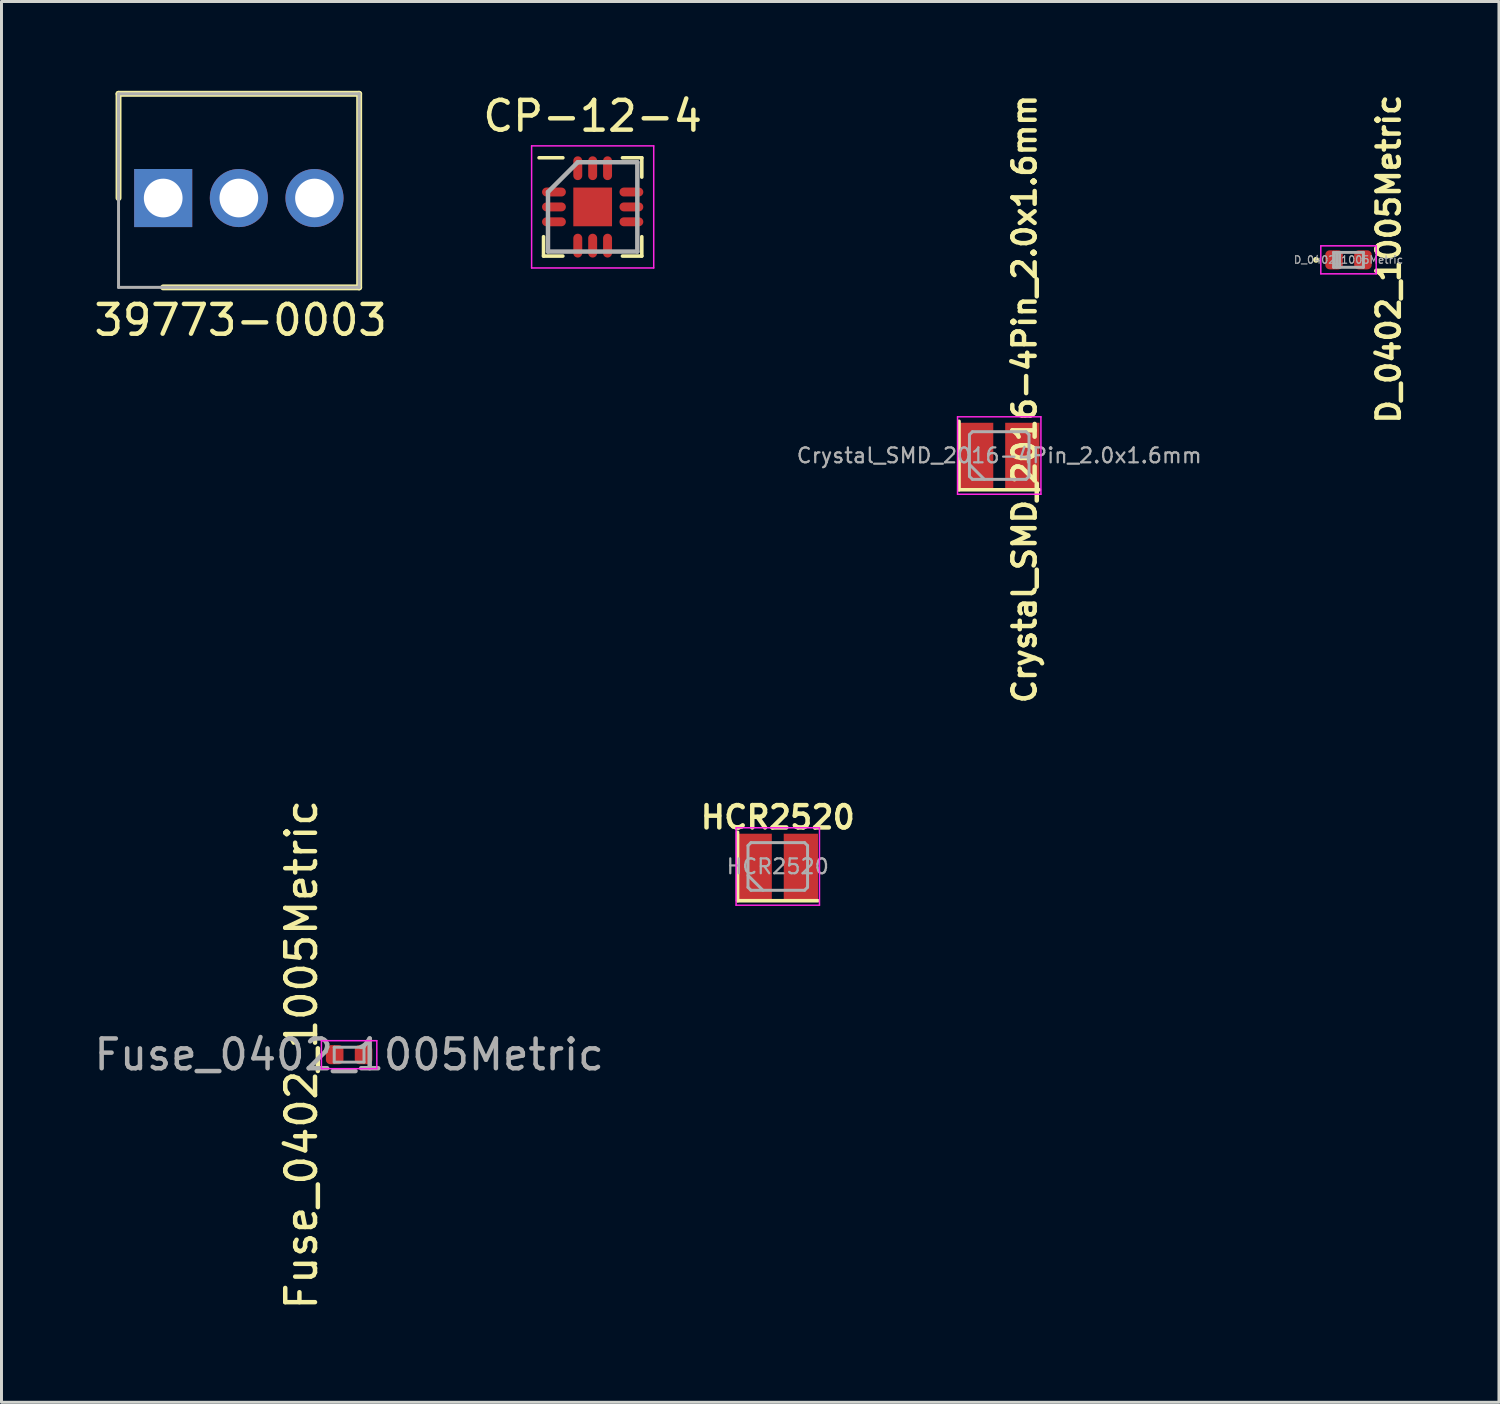
<source format=kicad_pcb>
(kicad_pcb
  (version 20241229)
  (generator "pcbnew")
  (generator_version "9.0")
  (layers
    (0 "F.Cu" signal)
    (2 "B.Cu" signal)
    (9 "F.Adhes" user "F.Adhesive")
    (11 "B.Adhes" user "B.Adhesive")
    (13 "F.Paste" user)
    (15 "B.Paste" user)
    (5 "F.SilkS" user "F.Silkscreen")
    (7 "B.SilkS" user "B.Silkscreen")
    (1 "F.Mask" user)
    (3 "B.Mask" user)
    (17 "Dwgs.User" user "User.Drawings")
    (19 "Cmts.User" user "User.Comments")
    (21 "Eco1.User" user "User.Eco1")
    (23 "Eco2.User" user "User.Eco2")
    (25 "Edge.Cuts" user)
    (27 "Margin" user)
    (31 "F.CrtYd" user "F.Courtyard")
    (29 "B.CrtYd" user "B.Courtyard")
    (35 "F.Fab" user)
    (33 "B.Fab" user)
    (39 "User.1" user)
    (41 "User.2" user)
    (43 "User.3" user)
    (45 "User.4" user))
  (footprint "39773-0003"
    (layer "F.Cu")
    (at 2.43 3.6)
    (property "Reference" "39773-0003" (at 2.6 4.1 0) (layer "F.SilkS") (effects (font (size 1 1) (thickness 0.15))))
    (attr through_hole)
    (fp_line (start -1.5 -3.5) (end -1.5 0) (stroke (width 0.2) (type solid)) (layer "F.SilkS"))
    (fp_line (start -1.5 -3.5) (end 6.58 -3.5) (stroke (width 0.2) (type solid)) (layer "F.SilkS"))
    (fp_line (start 0 3) (end 6.58 3) (stroke (width 0.2) (type solid)) (layer "F.SilkS"))
    (fp_line (start 6.58 -3.5) (end 6.58 3) (stroke (width 0.2) (type solid)) (layer "F.SilkS"))
    (fp_line (start -1.5 -3.5) (end -1.5 3) (stroke (width 0.1) (type solid)) (layer "F.Fab"))
    (fp_line (start -1.5 -3.5) (end 6.58 -3.5) (stroke (width 0.1) (type solid)) (layer "F.Fab"))
    (fp_line (start -1.5 3) (end 6.58 3) (stroke (width 0.1) (type solid)) (layer "F.Fab"))
    (fp_line (start 6.58 -3.5) (end 6.58 3) (stroke (width 0.1) (type solid)) (layer "F.Fab"))
    (pad "1" thru_hole rect (at 0 0) (size 1.95 1.95) (drill 1.3) (layers "*.Cu" "*.Mask"))
    (pad "2" thru_hole circle (at 2.54 0) (size 1.95 1.95) (drill 1.3) (layers "*.Cu" "*.Mask"))
    (pad "3" thru_hole circle (at 5.08 0) (size 1.95 1.95) (drill 1.3) (layers "*.Cu" "*.Mask")))
  (footprint "Fuse_0402_1005Metric"
    (layer "F.Cu")
    (at 8.673 32.365)
    (property "Reference" "Fuse_0402_1005Metric" (at -1.6 0 270) (layer "F.SilkS") (effects (font (size 1 1) (thickness 0.15))))
    (attr smd)
    (fp_line (start -0.93 -0.47) (end 0.93 -0.47) (stroke (width 0.05) (type solid)) (layer "F.CrtYd"))
    (fp_line (start -0.93 0.47) (end -0.93 -0.47) (stroke (width 0.05) (type solid)) (layer "F.CrtYd"))
    (fp_line (start 0.93 -0.47) (end 0.93 0.47) (stroke (width 0.05) (type solid)) (layer "F.CrtYd"))
    (fp_line (start 0.93 0.47) (end -0.93 0.47) (stroke (width 0.05) (type solid)) (layer "F.CrtYd"))
    (fp_line (start -0.5 -0.25) (end 0.5 -0.25) (stroke (width 0.1) (type solid)) (layer "F.Fab"))
    (fp_line (start -0.5 0.25) (end -0.5 -0.25) (stroke (width 0.1) (type solid)) (layer "F.Fab"))
    (fp_line (start 0.5 -0.25) (end 0.5 0.25) (stroke (width 0.1) (type solid)) (layer "F.Fab"))
    (fp_line (start 0.5 0.25) (end -0.5 0.25) (stroke (width 0.1) (type solid)) (layer "F.Fab"))
    (fp_text user "${REFERENCE}" (at 0 0 180) (layer "F.Fab") (effects (font (size 1 1) (thickness 0.15))))
    (pad "1" smd roundrect (at -0.485 0) (size 0.59 0.64) (layers "F.Cu" "F.Mask" "F.Paste") (roundrect_rratio 0.25))
    (pad "2" smd roundrect (at 0.485 0) (size 0.59 0.64) (layers "F.Cu" "F.Mask" "F.Paste") (roundrect_rratio 0.25)))
  (footprint "D_0402_1005Metric"
    (layer "F.Cu")
    (at 42.231 5.675)
    (property "Reference" "D_0402_1005Metric" (at 1.35 -0.025 90) (layer "F.SilkS") (effects (font (size 0.75 0.75) (thickness 0.15))))
    (attr smd)
    (fp_circle (center -1.09 0) (end -1.04 0) (stroke (width 0.1) (type solid)) (fill no) (layer "F.SilkS"))
    (fp_line (start -0.93 -0.47) (end 0.93 -0.47) (stroke (width 0.05) (type solid)) (layer "F.CrtYd"))
    (fp_line (start -0.93 0.47) (end -0.93 -0.47) (stroke (width 0.05) (type solid)) (layer "F.CrtYd"))
    (fp_line (start 0.93 -0.47) (end 0.93 0.47) (stroke (width 0.05) (type solid)) (layer "F.CrtYd"))
    (fp_line (start 0.93 0.47) (end -0.93 0.47) (stroke (width 0.05) (type solid)) (layer "F.CrtYd"))
    (fp_line (start -0.5 -0.25) (end 0.5 -0.25) (stroke (width 0.1) (type solid)) (layer "F.Fab"))
    (fp_line (start -0.5 0.25) (end -0.5 -0.25) (stroke (width 0.1) (type solid)) (layer "F.Fab"))
    (fp_line (start -0.4 0.25) (end -0.4 -0.25) (stroke (width 0.1) (type solid)) (layer "F.Fab"))
    (fp_line (start -0.3 0.25) (end -0.3 -0.25) (stroke (width 0.1) (type solid)) (layer "F.Fab"))
    (fp_line (start 0.5 -0.25) (end 0.5 0.25) (stroke (width 0.1) (type solid)) (layer "F.Fab"))
    (fp_line (start 0.5 0.25) (end -0.5 0.25) (stroke (width 0.1) (type solid)) (layer "F.Fab"))
    (fp_text user "${REFERENCE}" (at 0 0 180) (layer "F.Fab") (effects (font (size 0.25 0.25) (thickness 0.04))))
    (pad "1" smd roundrect (at -0.485 0) (size 0.59 0.64) (layers "F.Cu" "F.Mask" "F.Paste") (roundrect_rratio 0.25))
    (pad "2" smd roundrect (at 0.485 0) (size 0.59 0.64) (layers "F.Cu" "F.Mask" "F.Paste") (roundrect_rratio 0.25)))
  (footprint "Crystal_SMD_2016-4Pin_2.0x1.6mm"
    (layer "F.Cu")
    (at 30.503 12.246)
    (property "Reference" "Crystal_SMD_2016-4Pin_2.0x1.6mm" (at 0.85 -1.9 90) (layer "F.SilkS") (effects (font (size 0.75 0.75) (thickness 0.15))))
    (attr smd)
    (fp_line (start -1.35 -1.15) (end -1.35 1.15) (stroke (width 0.12) (type solid)) (layer "F.SilkS"))
    (fp_line (start -1.35 1.15) (end 1.35 1.15) (stroke (width 0.12) (type solid)) (layer "F.SilkS"))
    (fp_line (start -1.4 -1.3) (end -1.4 1.3) (stroke (width 0.05) (type solid)) (layer "F.CrtYd"))
    (fp_line (start -1.4 1.3) (end 1.4 1.3) (stroke (width 0.05) (type solid)) (layer "F.CrtYd"))
    (fp_line (start 1.4 -1.3) (end -1.4 -1.3) (stroke (width 0.05) (type solid)) (layer "F.CrtYd"))
    (fp_line (start 1.4 1.3) (end 1.4 -1.3) (stroke (width 0.05) (type solid)) (layer "F.CrtYd"))
    (fp_line (start -1 -0.7) (end -0.9 -0.8) (stroke (width 0.1) (type solid)) (layer "F.Fab"))
    (fp_line (start -1 0.3) (end -0.5 0.8) (stroke (width 0.1) (type solid)) (layer "F.Fab"))
    (fp_line (start -1 0.7) (end -1 -0.7) (stroke (width 0.1) (type solid)) (layer "F.Fab"))
    (fp_line (start -0.9 -0.8) (end 0.9 -0.8) (stroke (width 0.1) (type solid)) (layer "F.Fab"))
    (fp_line (start -0.9 0.8) (end -1 0.7) (stroke (width 0.1) (type solid)) (layer "F.Fab"))
    (fp_line (start 0.9 -0.8) (end 1 -0.7) (stroke (width 0.1) (type solid)) (layer "F.Fab"))
    (fp_line (start 0.9 0.8) (end -0.9 0.8) (stroke (width 0.1) (type solid)) (layer "F.Fab"))
    (fp_line (start 1 -0.7) (end 1 0.7) (stroke (width 0.1) (type solid)) (layer "F.Fab"))
    (fp_line (start 1 0.7) (end 0.9 0.8) (stroke (width 0.1) (type solid)) (layer "F.Fab"))
    (fp_text user "${REFERENCE}" (at 0 0 0) (layer "F.Fab") (effects (font (size 0.5 0.5) (thickness 0.075))))
    (pad "1" smd rect (at -0.775 0) (size 1.15 2.2) (layers "F.Cu" "F.Mask" "F.Paste"))
    (pad "2" smd rect (at 0.775 0) (size 1.15 2.2) (layers "F.Cu" "F.Mask" "F.Paste")))
  (footprint "CP-12-4"
    (layer "F.Cu")
    (at 16.851 3.898)
    (property "Reference" "CP-12-4" (at 0 -3.05 0) (layer "F.SilkS") (effects (font (size 1 1) (thickness 0.15))))
    (attr smd)
    (fp_line (start -1.65 1.65) (end -1.65 1) (stroke (width 0.12) (type solid)) (layer "F.SilkS"))
    (fp_line (start -1 -1.65) (end -1.8 -1.65) (stroke (width 0.12) (type solid)) (layer "F.SilkS"))
    (fp_line (start -1 1.65) (end -1.65 1.65) (stroke (width 0.12) (type solid)) (layer "F.SilkS"))
    (fp_line (start 1 -1.65) (end 1.65 -1.65) (stroke (width 0.12) (type solid)) (layer "F.SilkS"))
    (fp_line (start 1 1.65) (end 1.65 1.65) (stroke (width 0.12) (type solid)) (layer "F.SilkS"))
    (fp_line (start 1.65 -1.65) (end 1.65 -1) (stroke (width 0.12) (type solid)) (layer "F.SilkS"))
    (fp_line (start 1.65 1.65) (end 1.65 1) (stroke (width 0.12) (type solid)) (layer "F.SilkS"))
    (fp_line (start -2.05 -2.05) (end 2.05 -2.05) (stroke (width 0.05) (type solid)) (layer "F.CrtYd"))
    (fp_line (start -2.05 2.05) (end -2.05 -2.05) (stroke (width 0.05) (type solid)) (layer "F.CrtYd"))
    (fp_line (start 2.05 -2.05) (end 2.05 2.05) (stroke (width 0.05) (type solid)) (layer "F.CrtYd"))
    (fp_line (start 2.05 2.05) (end -2.05 2.05) (stroke (width 0.05) (type solid)) (layer "F.CrtYd"))
    (fp_line (start -1.5 -0.5) (end -1.5 1.5) (stroke (width 0.15) (type solid)) (layer "F.Fab"))
    (fp_line (start -1.5 1.5) (end 1.5 1.5) (stroke (width 0.15) (type solid)) (layer "F.Fab"))
    (fp_line (start -0.5 -1.5) (end -1.5 -0.5) (stroke (width 0.15) (type solid)) (layer "F.Fab"))
    (fp_line (start 1.5 -1.5) (end -0.5 -1.5) (stroke (width 0.15) (type solid)) (layer "F.Fab"))
    (fp_line (start 1.5 1.5) (end 1.5 -1.5) (stroke (width 0.15) (type solid)) (layer "F.Fab"))
    (pad "1" smd oval (at -1.3 -0.5 90) (size 0.3 0.8) (layers "F.Cu" "F.Mask" "F.Paste"))
    (pad "2" smd oval (at -1.3 0 90) (size 0.3 0.8) (layers "F.Cu" "F.Mask" "F.Paste"))
    (pad "3" smd oval (at -1.3 0.5 90) (size 0.3 0.8) (layers "F.Cu" "F.Mask" "F.Paste"))
    (pad "4" smd oval (at -0.5 1.3 180) (size 0.3 0.8) (layers "F.Cu" "F.Mask" "F.Paste"))
    (pad "5" smd oval (at 0 1.3) (size 0.3 0.8) (layers "F.Cu" "F.Mask" "F.Paste"))
    (pad "6" smd oval (at 0.5 1.3) (size 0.3 0.8) (layers "F.Cu" "F.Mask" "F.Paste"))
    (pad "7" smd oval (at 1.3 0.5 90) (size 0.3 0.8) (layers "F.Cu" "F.Mask" "F.Paste"))
    (pad "8" smd oval (at 1.3 0 90) (size 0.3 0.8) (layers "F.Cu" "F.Mask" "F.Paste"))
    (pad "9" smd oval (at 1.3 -0.5 90) (size 0.3 0.8) (layers "F.Cu" "F.Mask" "F.Paste"))
    (pad "10" smd oval (at 0.5 -1.3) (size 0.3 0.8) (layers "F.Cu" "F.Mask" "F.Paste"))
    (pad "11" smd oval (at 0 -1.3) (size 0.3 0.8) (layers "F.Cu" "F.Mask" "F.Paste"))
    (pad "12" smd oval (at -0.5 -1.3) (size 0.3 0.8) (layers "F.Cu" "F.Mask" "F.Paste"))
    (pad "13" smd rect (at 0 0) (size 1.3 1.3) (layers "F.Cu" "F.Mask" "F.Paste")))
  (footprint "HCR2520"
    (layer "F.Cu")
    (at 23.067 26.045)
    (property "Reference" "HCR2520" (at 0 -1.65 180) (layer "F.SilkS") (effects (font (size 0.75 0.75) (thickness 0.15))))
    (attr smd)
    (fp_line (start -1.35 -1.15) (end -1.35 1.15) (stroke (width 0.12) (type solid)) (layer "F.SilkS"))
    (fp_line (start -1.35 1.15) (end 1.35 1.15) (stroke (width 0.12) (type solid)) (layer "F.SilkS"))
    (fp_line (start -1.4 -1.3) (end -1.4 1.3) (stroke (width 0.05) (type solid)) (layer "F.CrtYd"))
    (fp_line (start -1.4 1.3) (end 1.4 1.3) (stroke (width 0.05) (type solid)) (layer "F.CrtYd"))
    (fp_line (start 1.4 -1.3) (end -1.4 -1.3) (stroke (width 0.05) (type solid)) (layer "F.CrtYd"))
    (fp_line (start 1.4 1.3) (end 1.4 -1.3) (stroke (width 0.05) (type solid)) (layer "F.CrtYd"))
    (fp_line (start -1 -0.7) (end -0.9 -0.8) (stroke (width 0.1) (type solid)) (layer "F.Fab"))
    (fp_line (start -1 0.3) (end -0.5 0.8) (stroke (width 0.1) (type solid)) (layer "F.Fab"))
    (fp_line (start -1 0.7) (end -1 -0.7) (stroke (width 0.1) (type solid)) (layer "F.Fab"))
    (fp_line (start -0.9 -0.8) (end 0.9 -0.8) (stroke (width 0.1) (type solid)) (layer "F.Fab"))
    (fp_line (start -0.9 0.8) (end -1 0.7) (stroke (width 0.1) (type solid)) (layer "F.Fab"))
    (fp_line (start 0.9 -0.8) (end 1 -0.7) (stroke (width 0.1) (type solid)) (layer "F.Fab"))
    (fp_line (start 0.9 0.8) (end -0.9 0.8) (stroke (width 0.1) (type solid)) (layer "F.Fab"))
    (fp_line (start 1 -0.7) (end 1 0.7) (stroke (width 0.1) (type solid)) (layer "F.Fab"))
    (fp_line (start 1 0.7) (end 0.9 0.8) (stroke (width 0.1) (type solid)) (layer "F.Fab"))
    (fp_text user "${REFERENCE}" (at 0 0 180) (layer "F.Fab") (effects (font (size 0.5 0.5) (thickness 0.075))))
    (pad "1" smd rect (at -0.775 0) (size 1.15 2.2) (layers "F.Cu" "F.Mask" "F.Paste"))
    (pad "2" smd rect (at 0.775 0) (size 1.15 2.2) (layers "F.Cu" "F.Mask" "F.Paste")))
  (gr_rect
    (start -3 -3)
    (end 47.283 44.038)
    (stroke (width 0.1) (type default))
    (fill no)
    (layer "Edge.Cuts")))
</source>
